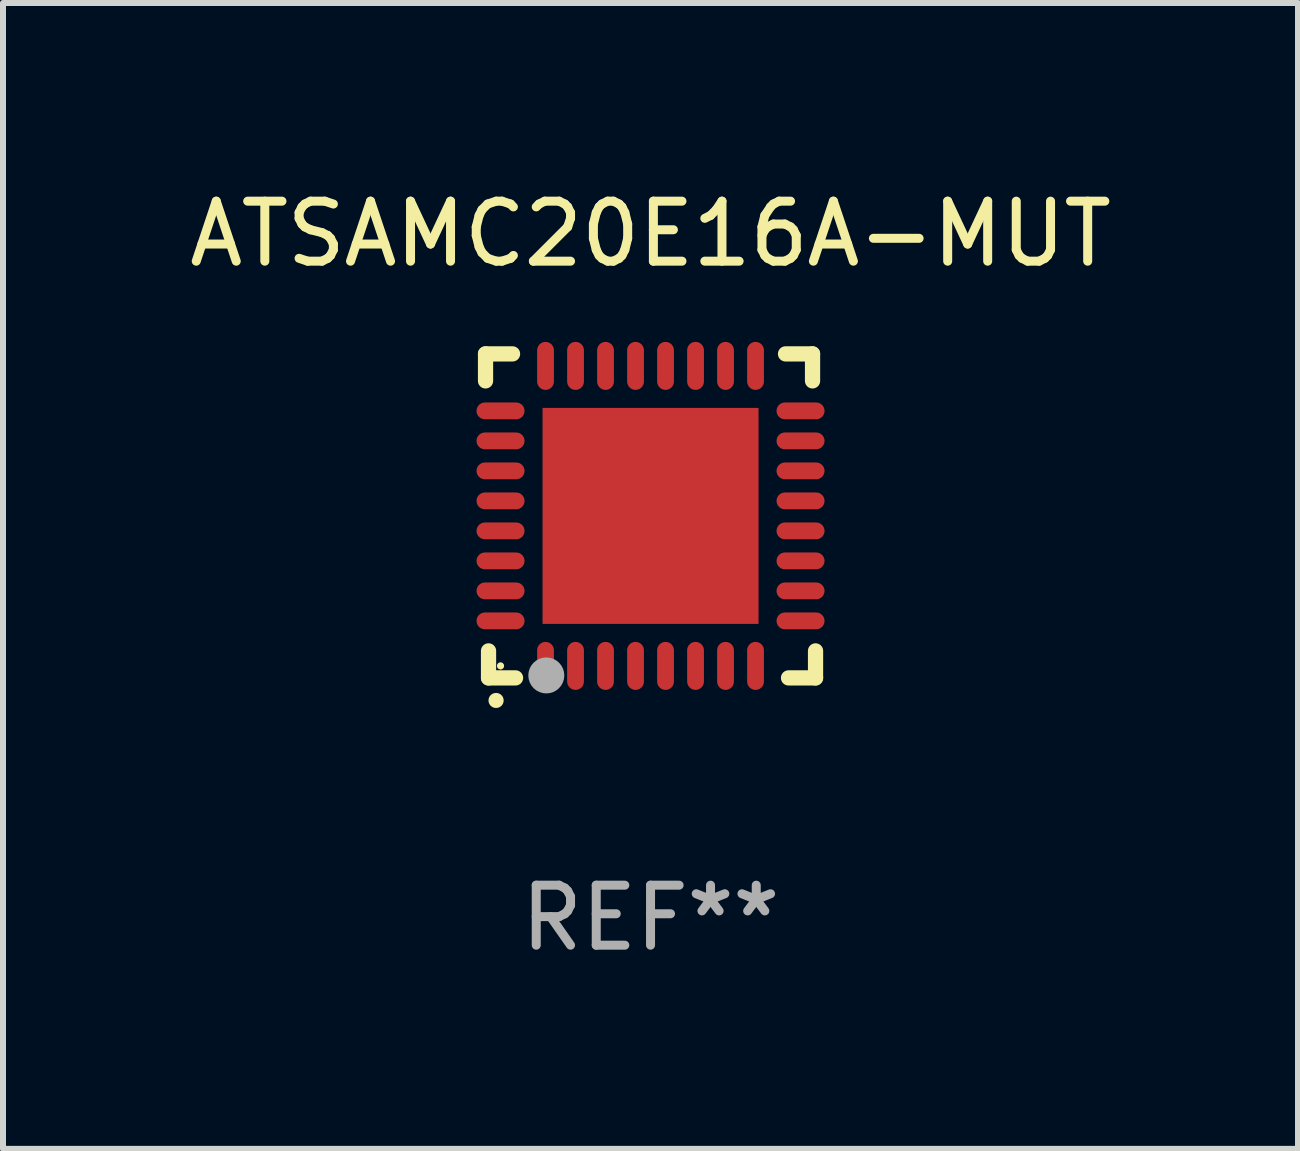
<source format=kicad_pcb>
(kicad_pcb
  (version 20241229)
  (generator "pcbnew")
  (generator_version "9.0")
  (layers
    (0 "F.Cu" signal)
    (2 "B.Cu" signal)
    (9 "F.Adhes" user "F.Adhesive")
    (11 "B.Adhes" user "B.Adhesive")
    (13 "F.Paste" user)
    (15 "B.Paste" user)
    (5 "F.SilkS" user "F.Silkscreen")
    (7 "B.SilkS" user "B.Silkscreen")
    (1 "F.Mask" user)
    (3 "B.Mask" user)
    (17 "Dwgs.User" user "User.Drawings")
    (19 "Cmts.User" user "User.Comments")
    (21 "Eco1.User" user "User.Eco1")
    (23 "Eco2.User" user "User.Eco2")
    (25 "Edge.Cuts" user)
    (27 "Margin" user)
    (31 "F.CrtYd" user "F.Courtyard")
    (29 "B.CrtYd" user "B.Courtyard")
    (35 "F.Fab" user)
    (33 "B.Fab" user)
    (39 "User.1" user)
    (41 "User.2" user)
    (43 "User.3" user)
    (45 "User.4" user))
  (footprint "ATSAMC20E16A-MUT"
    (layer "F.Cu")
    (at 7.792 5.548)
    (property "Reference" "ATSAMC20E16A-MUT" (at 0 -4.7 0) (layer "F.SilkS") (effects (font (size 1 1) (thickness 0.15))))
    (attr through_hole)
    (fp_line (start -2.75 -2.7) (end -2.75 -2.25) (stroke (width 0.254) (type solid)) (layer "F.SilkS"))
    (fp_line (start -2.7 2.7) (end -2.7 2.25) (stroke (width 0.254) (type solid)) (layer "F.SilkS"))
    (fp_line (start -2.3 -2.7) (end -2.75 -2.7) (stroke (width 0.254) (type solid)) (layer "F.SilkS"))
    (fp_line (start -2.25 2.7) (end -2.7 2.7) (stroke (width 0.254) (type solid)) (layer "F.SilkS"))
    (fp_line (start 2.3 2.7) (end 2.75 2.7) (stroke (width 0.254) (type solid)) (layer "F.SilkS"))
    (fp_line (start 2.7 -2.7) (end 2.25 -2.7) (stroke (width 0.254) (type solid)) (layer "F.SilkS"))
    (fp_line (start 2.7 -2.25) (end 2.7 -2.7) (stroke (width 0.254) (type solid)) (layer "F.SilkS"))
    (fp_line (start 2.75 2.7) (end 2.75 2.25) (stroke (width 0.254) (type solid)) (layer "F.SilkS"))
    (fp_arc (start -2.575565 3.075946) (mid -2.574295 3.07594) (end -2.573025 3.075946) (stroke (width 0.25) (type solid)) (layer "F.SilkS"))
    (fp_circle (center -2.5 2.5) (end -2.47 2.5) (stroke (width 0.06) (type solid)) (fill no) (layer "F.SilkS"))
    (fp_circle (center -1.737 2.659) (end -1.587 2.659) (stroke (width 0.3) (type solid)) (fill no) (layer "F.Fab"))
    (fp_text user "REF**" (at 0 6.7 0) (layer "F.Fab") (effects (font (size 1 1) (thickness 0.15))))
    (pad "1" smd oval (at -1.75 2.5) (size 0.28 0.8) (layers "F.Cu" "F.Mask" "F.Paste"))
    (pad "2" smd oval (at -1.25 2.5) (size 0.28 0.8) (layers "F.Cu" "F.Mask" "F.Paste"))
    (pad "3" smd oval (at -0.75 2.5) (size 0.28 0.8) (layers "F.Cu" "F.Mask" "F.Paste"))
    (pad "4" smd oval (at -0.25 2.5) (size 0.28 0.8) (layers "F.Cu" "F.Mask" "F.Paste"))
    (pad "5" smd oval (at 0.25 2.5) (size 0.28 0.8) (layers "F.Cu" "F.Mask" "F.Paste"))
    (pad "6" smd oval (at 0.75 2.5) (size 0.28 0.8) (layers "F.Cu" "F.Mask" "F.Paste"))
    (pad "7" smd oval (at 1.25 2.5) (size 0.28 0.8) (layers "F.Cu" "F.Mask" "F.Paste"))
    (pad "8" smd oval (at 1.75 2.5) (size 0.28 0.8) (layers "F.Cu" "F.Mask" "F.Paste"))
    (pad "9" smd oval (at 2.5 1.75) (size 0.8 0.28) (layers "F.Cu" "F.Mask" "F.Paste"))
    (pad "10" smd oval (at 2.5 1.25) (size 0.8 0.28) (layers "F.Cu" "F.Mask" "F.Paste"))
    (pad "11" smd oval (at 2.5 0.75) (size 0.8 0.28) (layers "F.Cu" "F.Mask" "F.Paste"))
    (pad "12" smd oval (at 2.5 0.25) (size 0.8 0.28) (layers "F.Cu" "F.Mask" "F.Paste"))
    (pad "13" smd oval (at 2.5 -0.25) (size 0.8 0.28) (layers "F.Cu" "F.Mask" "F.Paste"))
    (pad "14" smd oval (at 2.5 -0.75) (size 0.8 0.28) (layers "F.Cu" "F.Mask" "F.Paste"))
    (pad "15" smd oval (at 2.5 -1.25) (size 0.8 0.28) (layers "F.Cu" "F.Mask" "F.Paste"))
    (pad "16" smd oval (at 2.5 -1.75) (size 0.8 0.28) (layers "F.Cu" "F.Mask" "F.Paste"))
    (pad "17" smd oval (at 1.75 -2.5) (size 0.28 0.8) (layers "F.Cu" "F.Mask" "F.Paste"))
    (pad "18" smd oval (at 1.25 -2.5) (size 0.28 0.8) (layers "F.Cu" "F.Mask" "F.Paste"))
    (pad "19" smd oval (at 0.75 -2.5) (size 0.28 0.8) (layers "F.Cu" "F.Mask" "F.Paste"))
    (pad "20" smd oval (at 0.25 -2.5) (size 0.28 0.8) (layers "F.Cu" "F.Mask" "F.Paste"))
    (pad "21" smd oval (at -0.25 -2.5) (size 0.28 0.8) (layers "F.Cu" "F.Mask" "F.Paste"))
    (pad "22" smd oval (at -0.75 -2.5) (size 0.28 0.8) (layers "F.Cu" "F.Mask" "F.Paste"))
    (pad "23" smd oval (at -1.25 -2.5) (size 0.28 0.8) (layers "F.Cu" "F.Mask" "F.Paste"))
    (pad "24" smd oval (at -1.75 -2.5) (size 0.28 0.8) (layers "F.Cu" "F.Mask" "F.Paste"))
    (pad "25" smd oval (at -2.5 -1.75) (size 0.8 0.28) (layers "F.Cu" "F.Mask" "F.Paste"))
    (pad "26" smd oval (at -2.5 -1.25) (size 0.8 0.28) (layers "F.Cu" "F.Mask" "F.Paste"))
    (pad "27" smd oval (at -2.5 -0.75) (size 0.8 0.28) (layers "F.Cu" "F.Mask" "F.Paste"))
    (pad "28" smd oval (at -2.5 -0.25) (size 0.8 0.28) (layers "F.Cu" "F.Mask" "F.Paste"))
    (pad "29" smd oval (at -2.5 0.25) (size 0.8 0.28) (layers "F.Cu" "F.Mask" "F.Paste"))
    (pad "30" smd oval (at -2.5 0.75) (size 0.8 0.28) (layers "F.Cu" "F.Mask" "F.Paste"))
    (pad "31" smd oval (at -2.5 1.25) (size 0.8 0.28) (layers "F.Cu" "F.Mask" "F.Paste"))
    (pad "32" smd oval (at -2.5 1.75) (size 0.8 0.28) (layers "F.Cu" "F.Mask" "F.Paste"))
    (pad "33" smd rect (at 0.000076 0.000076) (size 3.6 3.6) (layers "F.Cu" "F.Mask" "F.Paste")))
  (gr_rect
    (start -3 -3)
    (end 18.583 16.097)
    (stroke (width 0.1) (type default))
    (fill no)
    (layer "Edge.Cuts")))
</source>
